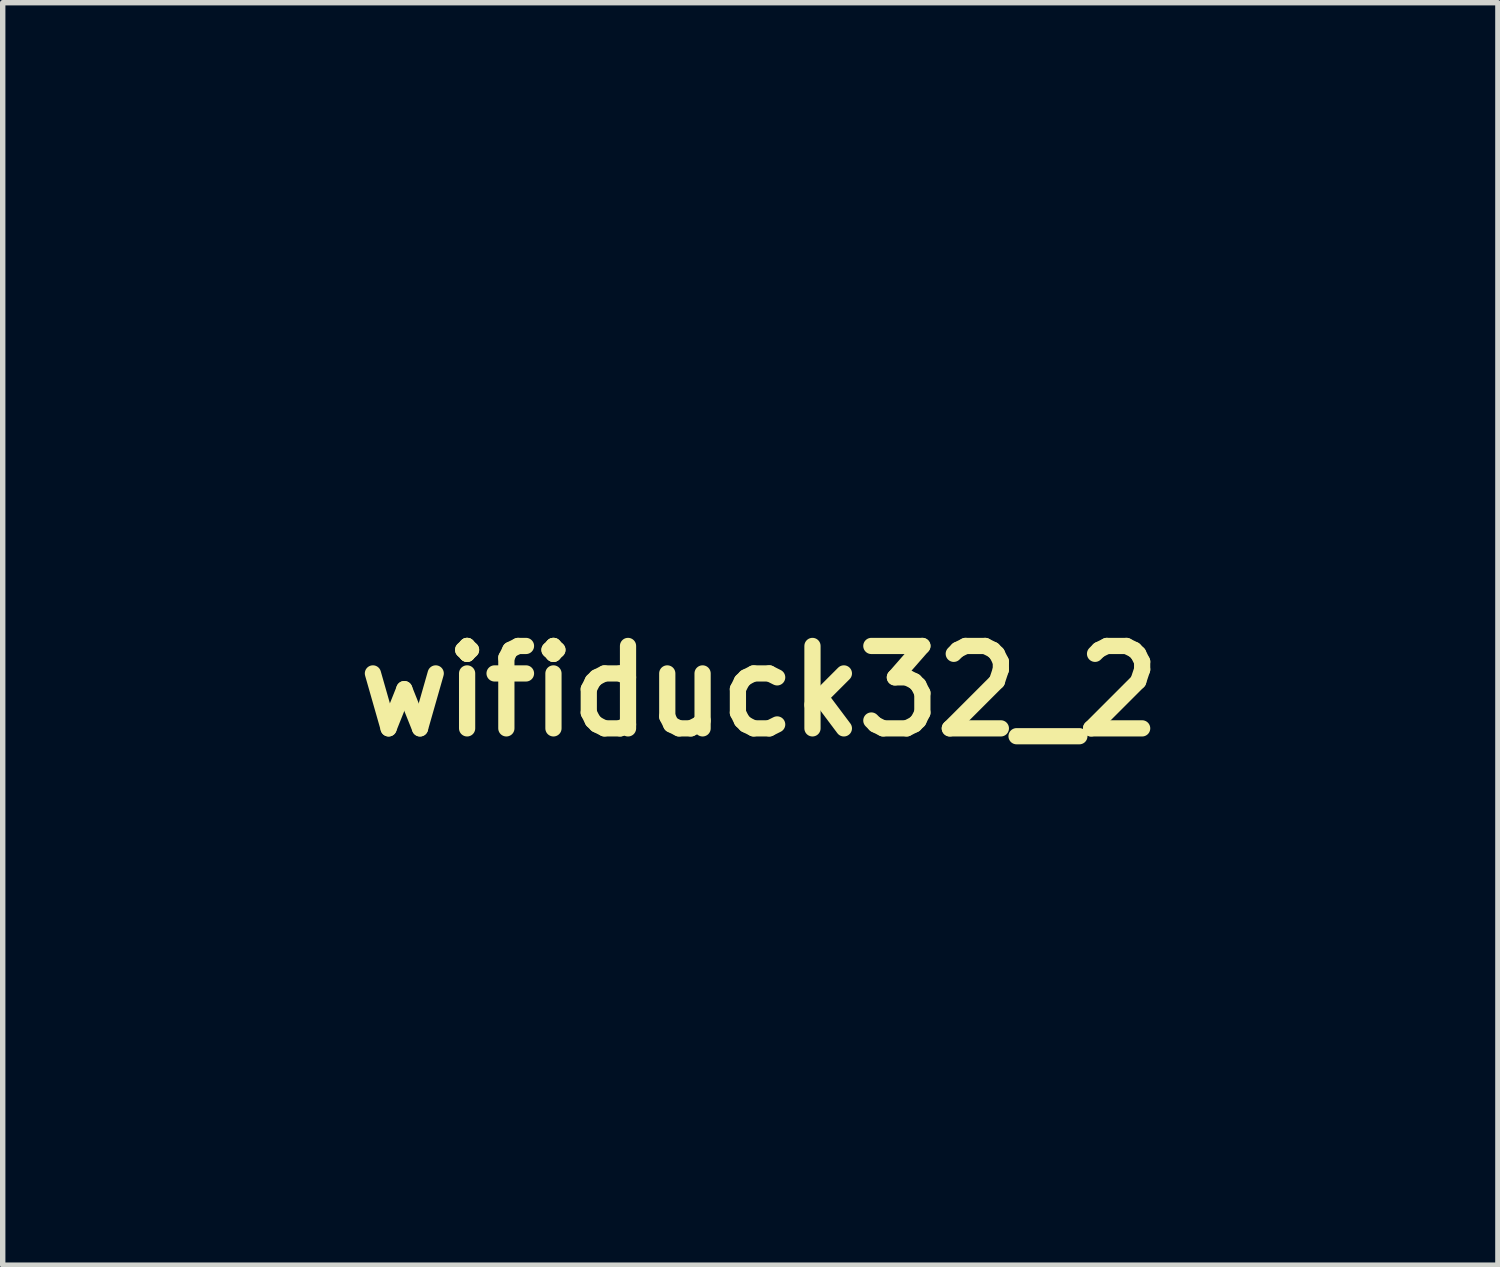
<source format=kicad_pcb>
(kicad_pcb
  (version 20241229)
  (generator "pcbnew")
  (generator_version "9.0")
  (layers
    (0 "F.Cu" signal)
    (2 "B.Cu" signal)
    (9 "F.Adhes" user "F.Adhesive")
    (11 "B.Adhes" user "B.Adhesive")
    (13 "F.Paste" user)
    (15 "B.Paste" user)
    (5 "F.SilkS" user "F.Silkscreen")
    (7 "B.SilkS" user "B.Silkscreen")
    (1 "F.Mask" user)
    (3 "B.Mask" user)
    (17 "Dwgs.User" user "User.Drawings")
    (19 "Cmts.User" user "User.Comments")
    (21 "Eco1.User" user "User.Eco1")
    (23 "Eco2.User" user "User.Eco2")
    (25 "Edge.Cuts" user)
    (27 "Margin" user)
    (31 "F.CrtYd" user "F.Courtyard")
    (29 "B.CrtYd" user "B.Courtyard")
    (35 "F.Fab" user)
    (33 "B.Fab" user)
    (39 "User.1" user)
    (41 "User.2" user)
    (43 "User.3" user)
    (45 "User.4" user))
  (footprint "wifiduck32_2"
    (layer "F.Cu")
    (at 10.994 9.729)
    (property "Reference" "wifiduck32_2" (at 0 0 0) (layer "F.SilkS") (effects (font (size 1.524 1.524) (thickness 0.3))))
    (attr through_hole)
    (fp_poly (pts (xy -6.725 -2.759) (xy -6.559 -2.665) (xy -6.441 -2.526) (xy -6.375 -2.359) (xy -6.365 -2.178) (xy -6.415 -1.999) (xy -6.53 -1.836) (xy -6.659 -1.734) (xy -6.795 -1.677) (xy -6.937 -1.651) (xy -6.943 -1.651) (xy -7.083 -1.675) (xy -7.221 -1.731) (xy -7.226 -1.734) (xy -7.394 -1.878) (xy -7.487 -2.059) (xy -7.507 -2.218) (xy -7.47 -2.438) (xy -7.367 -2.614) (xy -7.207 -2.735) (xy -7 -2.791) (xy -6.936 -2.794) (xy -6.725 -2.759)) (stroke (width 0.01) (type solid)) (fill yes) (layer "F.Mask"))
    (fp_poly (pts (xy 2.262 -7.036) (xy 2.437 -7.02) (xy 2.587 -6.988) (xy 2.74 -6.937) (xy 2.759 -6.93) (xy 3.057 -6.798) (xy 3.307 -6.649) (xy 3.497 -6.493) (xy 3.618 -6.337) (xy 3.644 -6.276) (xy 3.67 -6.165) (xy 3.652 -6.082) (xy 3.61 -6.017) (xy 3.489 -5.915) (xy 3.341 -5.89) (xy 3.176 -5.941) (xy 3.067 -6.014) (xy 2.737 -6.232) (xy 2.4 -6.366) (xy 2.058 -6.416) (xy 1.712 -6.381) (xy 1.363 -6.262) (xy 1.012 -6.059) (xy 0.968 -6.027) (xy 0.78 -5.918) (xy 0.622 -5.886) (xy 0.492 -5.931) (xy 0.426 -5.996) (xy 0.353 -6.127) (xy 0.353 -6.249) (xy 0.429 -6.378) (xy 0.504 -6.457) (xy 0.809 -6.708) (xy 1.124 -6.885) (xy 1.465 -6.993) (xy 1.849 -7.04) (xy 2.032 -7.043) (xy 2.262 -7.036)) (stroke (width 0.01) (type solid)) (fill yes) (layer "F.Mask"))
    (fp_poly (pts (xy -8.957 -2) (xy -8.94 -1.945) (xy -8.932 -1.844) (xy -8.932 -1.838) (xy -8.902 -1.608) (xy -8.809 -1.342) (xy -8.652 -1.037) (xy -8.429 -0.689) (xy -8.195 -0.368) (xy -8.128 -0.269) (xy -8.117 -0.209) (xy -8.138 -0.181) (xy -8.269 -0.115) (xy -8.461 -0.064) (xy -8.691 -0.03) (xy -8.936 -0.017) (xy -9.173 -0.026) (xy -9.292 -0.043) (xy -9.71 -0.157) (xy -10.077 -0.339) (xy -10.391 -0.585) (xy -10.648 -0.893) (xy -10.846 -1.262) (xy -10.938 -1.521) (xy -10.972 -1.648) (xy -10.989 -1.739) (xy -10.988 -1.768) (xy -10.942 -1.765) (xy -10.838 -1.74) (xy -10.702 -1.698) (xy -10.368 -1.6) (xy -10.088 -1.551) (xy -9.846 -1.552) (xy -9.627 -1.603) (xy -9.414 -1.708) (xy -9.251 -1.82) (xy -9.122 -1.912) (xy -9.02 -1.976) (xy -8.962 -2.001) (xy -8.957 -2)) (stroke (width 0.01) (type solid)) (fill yes) (layer "F.Mask"))
    (fp_poly (pts (xy 2.459 -8.361) (xy 2.749 -8.322) (xy 2.861 -8.298) (xy 3.146 -8.211) (xy 3.433 -8.094) (xy 3.714 -7.955) (xy 3.975 -7.801) (xy 4.206 -7.641) (xy 4.395 -7.481) (xy 4.532 -7.328) (xy 4.605 -7.191) (xy 4.614 -7.132) (xy 4.587 -7) (xy 4.499 -6.9) (xy 4.393 -6.841) (xy 4.281 -6.834) (xy 4.148 -6.883) (xy 3.982 -6.992) (xy 3.883 -7.07) (xy 3.616 -7.258) (xy 3.309 -7.433) (xy 2.992 -7.576) (xy 2.697 -7.674) (xy 2.667 -7.681) (xy 2.379 -7.727) (xy 2.048 -7.743) (xy 1.711 -7.731) (xy 1.406 -7.689) (xy 1.39 -7.686) (xy 1.045 -7.583) (xy 0.686 -7.424) (xy 0.347 -7.223) (xy 0.212 -7.126) (xy 0.017 -6.979) (xy -0.128 -6.883) (xy -0.236 -6.832) (xy -0.322 -6.821) (xy -0.399 -6.847) (xy -0.481 -6.903) (xy -0.571 -7.011) (xy -0.593 -7.132) (xy -0.582 -7.214) (xy -0.543 -7.293) (xy -0.462 -7.388) (xy -0.338 -7.508) (xy 0.044 -7.807) (xy 0.484 -8.055) (xy 0.968 -8.244) (xy 1.233 -8.317) (xy 1.49 -8.359) (xy 1.8 -8.38) (xy 2.133 -8.38) (xy 2.459 -8.361)) (stroke (width 0.01) (type solid)) (fill yes) (layer "F.Mask"))
    (fp_poly (pts (xy 2.383 -9.721) (xy 2.899 -9.664) (xy 3.389 -9.549) (xy 3.876 -9.371) (xy 4.289 -9.175) (xy 4.528 -9.038) (xy 4.775 -8.878) (xy 5.012 -8.707) (xy 5.222 -8.537) (xy 5.389 -8.381) (xy 5.492 -8.258) (xy 5.556 -8.106) (xy 5.545 -7.967) (xy 5.469 -7.859) (xy 5.336 -7.798) (xy 5.253 -7.791) (xy 5.168 -7.801) (xy 5.079 -7.839) (xy 4.969 -7.913) (xy 4.819 -8.034) (xy 4.785 -8.063) (xy 4.314 -8.414) (xy 3.805 -8.694) (xy 3.266 -8.902) (xy 2.706 -9.036) (xy 2.134 -9.094) (xy 1.56 -9.074) (xy 0.991 -8.975) (xy 0.656 -8.876) (xy 0.34 -8.756) (xy 0.048 -8.618) (xy -0.239 -8.45) (xy -0.541 -8.24) (xy -0.878 -7.977) (xy -0.888 -7.969) (xy -1.083 -7.839) (xy -1.25 -7.788) (xy -1.389 -7.816) (xy -1.461 -7.875) (xy -1.517 -7.978) (xy -1.538 -8.095) (xy -1.501 -8.215) (xy -1.395 -8.361) (xy -1.23 -8.526) (xy -1.017 -8.701) (xy -0.764 -8.88) (xy -0.48 -9.055) (xy -0.177 -9.218) (xy 0.11 -9.353) (xy 0.478 -9.497) (xy 0.822 -9.601) (xy 1.171 -9.67) (xy 1.555 -9.71) (xy 1.82 -9.724) (xy 2.383 -9.721)) (stroke (width 0.01) (type solid)) (fill yes) (layer "F.Mask"))
    (fp_poly (pts (xy -4.57 2.982) (xy -4.127 3.007) (xy -3.64 3.048) (xy -3.122 3.103) (xy -2.583 3.17) (xy -2.039 3.249) (xy -1.5 3.337) (xy -0.98 3.434) (xy -0.873 3.456) (xy -0.838 3.467) (xy -0.832 3.487) (xy -0.861 3.52) (xy -0.933 3.572) (xy -1.055 3.648) (xy -1.235 3.753) (xy -1.481 3.893) (xy -1.529 3.92) (xy -1.76 4.052) (xy -1.966 4.171) (xy -2.134 4.271) (xy -2.253 4.345) (xy -2.313 4.387) (xy -2.318 4.393) (xy -2.287 4.423) (xy -2.193 4.482) (xy -2.051 4.56) (xy -1.876 4.65) (xy -1.863 4.656) (xy -1.685 4.746) (xy -1.538 4.823) (xy -1.438 4.88) (xy -1.399 4.908) (xy -1.398 4.909) (xy -1.434 4.936) (xy -1.533 4.994) (xy -1.682 5.079) (xy -1.87 5.183) (xy -2.042 5.275) (xy -2.253 5.39) (xy -2.436 5.493) (xy -2.579 5.577) (xy -2.67 5.634) (xy -2.695 5.656) (xy -2.667 5.694) (xy -2.581 5.766) (xy -2.452 5.864) (xy -2.306 5.966) (xy -2.147 6.076) (xy -2.018 6.17) (xy -1.933 6.238) (xy -1.905 6.268) (xy -1.941 6.297) (xy -2.021 6.323) (xy -2.357 6.397) (xy -2.627 6.454) (xy -2.849 6.497) (xy -3.039 6.529) (xy -3.214 6.55) (xy -3.392 6.565) (xy -3.589 6.574) (xy -3.823 6.58) (xy -4 6.583) (xy -4.266 6.587) (xy -4.509 6.588) (xy -4.713 6.587) (xy -4.865 6.584) (xy -4.948 6.579) (xy -4.953 6.579) (xy -5.485 6.452) (xy -5.948 6.279) (xy -6.341 6.061) (xy -6.663 5.798) (xy -6.914 5.491) (xy -7.016 5.313) (xy -7.16 4.953) (xy -7.221 4.611) (xy -7.199 4.285) (xy -7.095 3.977) (xy -6.907 3.685) (xy -6.811 3.576) (xy -6.615 3.39) (xy -6.412 3.247) (xy -6.188 3.14) (xy -5.925 3.064) (xy -5.608 3.012) (xy -5.271 2.982) (xy -4.955 2.973) (xy -4.57 2.982)) (stroke (width 0.01) (type solid)) (fill yes) (layer "F.Mask"))
    (fp_poly (pts (xy 9.164 2.241) (xy 9.538 2.346) (xy 9.62 2.381) (xy 9.888 2.535) (xy 10.1 2.73) (xy 10.275 2.987) (xy 10.29 3.015) (xy 10.368 3.17) (xy 10.412 3.298) (xy 10.431 3.437) (xy 10.435 3.598) (xy 10.431 3.76) (xy 10.414 3.89) (xy 10.377 4.016) (xy 10.311 4.171) (xy 10.262 4.276) (xy 10.164 4.458) (xy 10.032 4.676) (xy 9.883 4.902) (xy 9.757 5.08) (xy 9.549 5.362) (xy 9.392 5.586) (xy 9.281 5.756) (xy 9.214 5.878) (xy 9.187 5.957) (xy 9.186 5.971) (xy 9.214 6.054) (xy 9.301 6.128) (xy 9.453 6.195) (xy 9.676 6.259) (xy 9.975 6.32) (xy 10.139 6.348) (xy 10.332 6.381) (xy 10.459 6.408) (xy 10.537 6.439) (xy 10.584 6.48) (xy 10.616 6.539) (xy 10.627 6.564) (xy 10.649 6.72) (xy 10.605 6.892) (xy 10.506 7.061) (xy 10.366 7.211) (xy 10.194 7.323) (xy 10.087 7.363) (xy 9.949 7.394) (xy 9.817 7.402) (xy 9.662 7.385) (xy 9.461 7.345) (xy 9.273 7.297) (xy 9.037 7.229) (xy 8.772 7.147) (xy 8.499 7.057) (xy 8.236 6.966) (xy 8.004 6.88) (xy 7.821 6.807) (xy 7.739 6.769) (xy 7.552 6.659) (xy 7.436 6.548) (xy 7.378 6.419) (xy 7.366 6.294) (xy 7.374 6.184) (xy 7.401 6.078) (xy 7.456 5.963) (xy 7.545 5.828) (xy 7.677 5.66) (xy 7.857 5.449) (xy 7.941 5.353) (xy 8.196 5.054) (xy 8.432 4.759) (xy 8.642 4.477) (xy 8.817 4.221) (xy 8.949 4.001) (xy 9.032 3.828) (xy 9.04 3.805) (xy 9.078 3.672) (xy 9.084 3.581) (xy 9.057 3.497) (xy 9.05 3.483) (xy 9.007 3.412) (xy 8.947 3.378) (xy 8.843 3.368) (xy 8.783 3.368) (xy 8.646 3.379) (xy 8.525 3.418) (xy 8.384 3.496) (xy 8.327 3.534) (xy 8.079 3.666) (xy 7.838 3.72) (xy 7.584 3.698) (xy 7.394 3.64) (xy 7.259 3.586) (xy 7.188 3.543) (xy 7.166 3.498) (xy 7.172 3.45) (xy 7.28 3.164) (xy 7.451 2.889) (xy 7.666 2.646) (xy 7.91 2.455) (xy 8.024 2.393) (xy 8.392 2.264) (xy 8.777 2.213) (xy 9.164 2.241)) (stroke (width 0.01) (type solid)) (fill yes) (layer "F.Mask"))
    (fp_poly (pts (xy 5.199 1.924) (xy 5.344 1.945) (xy 5.613 2.025) (xy 5.882 2.147) (xy 6.117 2.296) (xy 6.229 2.39) (xy 6.385 2.571) (xy 6.482 2.759) (xy 6.53 2.98) (xy 6.539 3.175) (xy 6.519 3.47) (xy 6.45 3.72) (xy 6.321 3.95) (xy 6.137 4.17) (xy 6.017 4.3) (xy 5.918 4.419) (xy 5.855 4.504) (xy 5.848 4.516) (xy 5.824 4.644) (xy 5.879 4.787) (xy 6.014 4.948) (xy 6.075 5.005) (xy 6.226 5.164) (xy 6.311 5.332) (xy 6.34 5.529) (xy 6.317 5.777) (xy 6.317 5.781) (xy 6.249 6.047) (xy 6.137 6.332) (xy 5.991 6.622) (xy 5.82 6.899) (xy 5.635 7.148) (xy 5.446 7.353) (xy 5.263 7.499) (xy 5.187 7.54) (xy 4.958 7.604) (xy 4.705 7.61) (xy 4.465 7.558) (xy 4.417 7.538) (xy 4.304 7.472) (xy 4.228 7.398) (xy 4.214 7.373) (xy 4.215 7.246) (xy 4.282 7.081) (xy 4.408 6.89) (xy 4.537 6.737) (xy 4.784 6.445) (xy 4.957 6.189) (xy 5.056 5.968) (xy 5.08 5.779) (xy 5.031 5.619) (xy 4.909 5.487) (xy 4.767 5.403) (xy 4.666 5.356) (xy 4.516 5.287) (xy 4.347 5.21) (xy 4.314 5.195) (xy 4.096 5.087) (xy 3.948 4.988) (xy 3.859 4.888) (xy 3.817 4.774) (xy 3.81 4.68) (xy 3.846 4.469) (xy 3.952 4.305) (xy 4.128 4.188) (xy 4.177 4.168) (xy 4.466 4.061) (xy 4.687 3.977) (xy 4.853 3.91) (xy 4.976 3.854) (xy 5.068 3.802) (xy 5.141 3.75) (xy 5.208 3.691) (xy 5.244 3.655) (xy 5.347 3.549) (xy 5.399 3.471) (xy 5.415 3.394) (xy 5.406 3.296) (xy 5.389 3.189) (xy 5.361 3.11) (xy 5.312 3.054) (xy 5.229 3.018) (xy 5.101 2.997) (xy 4.917 2.987) (xy 4.664 2.984) (xy 4.538 2.984) (xy 4.273 2.983) (xy 4.077 2.979) (xy 3.936 2.971) (xy 3.833 2.957) (xy 3.754 2.935) (xy 3.683 2.904) (xy 3.657 2.891) (xy 3.543 2.816) (xy 3.427 2.719) (xy 3.329 2.619) (xy 3.269 2.535) (xy 3.26 2.505) (xy 3.295 2.465) (xy 3.386 2.397) (xy 3.517 2.31) (xy 3.668 2.217) (xy 3.821 2.128) (xy 3.96 2.054) (xy 4.064 2.008) (xy 4.232 1.965) (xy 4.456 1.934) (xy 4.711 1.916) (xy 4.967 1.912) (xy 5.199 1.924)) (stroke (width 0.01) (type solid)) (fill yes) (layer "F.Mask")))
  (gr_rect
    (start -3 -3)
    (end 24.648 20.344)
    (stroke (width 0.1) (type default))
    (fill no)
    (layer "Edge.Cuts")))
</source>
